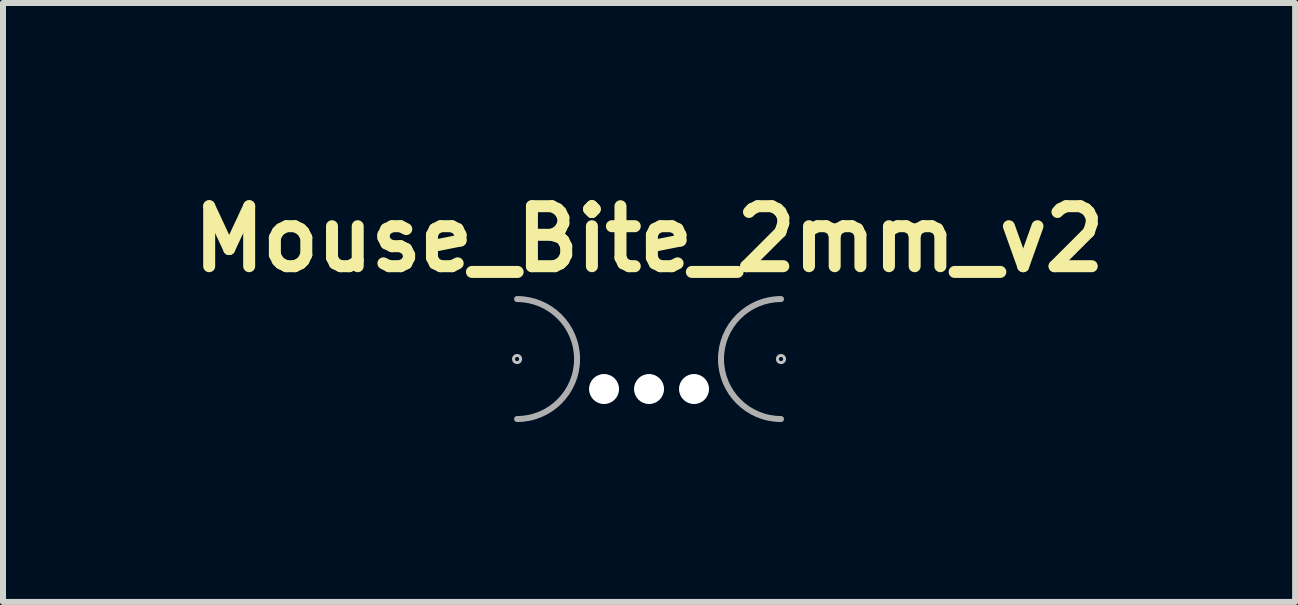
<source format=kicad_pcb>
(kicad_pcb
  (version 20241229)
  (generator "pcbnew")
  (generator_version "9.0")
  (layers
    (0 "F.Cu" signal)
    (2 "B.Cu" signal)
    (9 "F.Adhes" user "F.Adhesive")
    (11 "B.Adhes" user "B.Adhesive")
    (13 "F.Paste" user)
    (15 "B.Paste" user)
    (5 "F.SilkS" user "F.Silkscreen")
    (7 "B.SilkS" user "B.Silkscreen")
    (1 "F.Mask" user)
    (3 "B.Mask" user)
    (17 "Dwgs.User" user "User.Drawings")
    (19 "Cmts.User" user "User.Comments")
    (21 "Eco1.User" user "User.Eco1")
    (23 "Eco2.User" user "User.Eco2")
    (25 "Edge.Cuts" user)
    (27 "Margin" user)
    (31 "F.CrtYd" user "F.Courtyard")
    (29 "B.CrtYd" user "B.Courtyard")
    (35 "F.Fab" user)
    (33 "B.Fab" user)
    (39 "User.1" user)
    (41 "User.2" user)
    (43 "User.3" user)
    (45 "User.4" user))
  (footprint "Mouse_Bite_2mm_v2"
    (layer "F.Cu")
    (at 7.771 2.936)
    (property "Reference" "Mouse_Bite_2mm_v2" (at 0 -2 0) (layer "F.SilkS") (effects (font (size 1 1) (thickness 0.2))))
    (attr through_hole)
    (fp_circle (center -2.2 0) (end -2.2 -0.06) (stroke (width 0.05) (type solid)) (fill no) (layer "Dwgs.User"))
    (fp_circle (center 2.2 0) (end 2.26 0) (stroke (width 0.05) (type solid)) (fill no) (layer "Dwgs.User"))
    (fp_line (start -2.2 0) (end -2.2 0) (stroke (width 2) (type solid)) (layer "Eco1.User"))
    (fp_line (start 2.2 0) (end 2.2 0) (stroke (width 2) (type solid)) (layer "Eco1.User"))
    (fp_arc (start -2.2 -1) (mid -1.2 0) (end -2.2 1) (stroke (width 0.1) (type solid)) (layer "F.Fab"))
    (fp_arc (start 2.2 1) (mid 1.2 0) (end 2.2 -1) (stroke (width 0.1) (type solid)) (layer "F.Fab"))
    (pad "" np_thru_hole circle (at -0.75 0.5) (size 0.5 0.5) (drill 0.5) (layers "*.Cu" "*.Mask"))
    (pad "" np_thru_hole circle (at 0 0.5) (size 0.5 0.5) (drill 0.5) (layers "*.Cu" "*.Mask"))
    (pad "" np_thru_hole circle (at 0.75 0.5) (size 0.5 0.5) (drill 0.5) (layers "*.Cu" "*.Mask")))
  (gr_rect
    (start -3 -3)
    (end 18.543 6.986)
    (stroke (width 0.1) (type default))
    (fill no)
    (layer "Edge.Cuts")))
</source>
